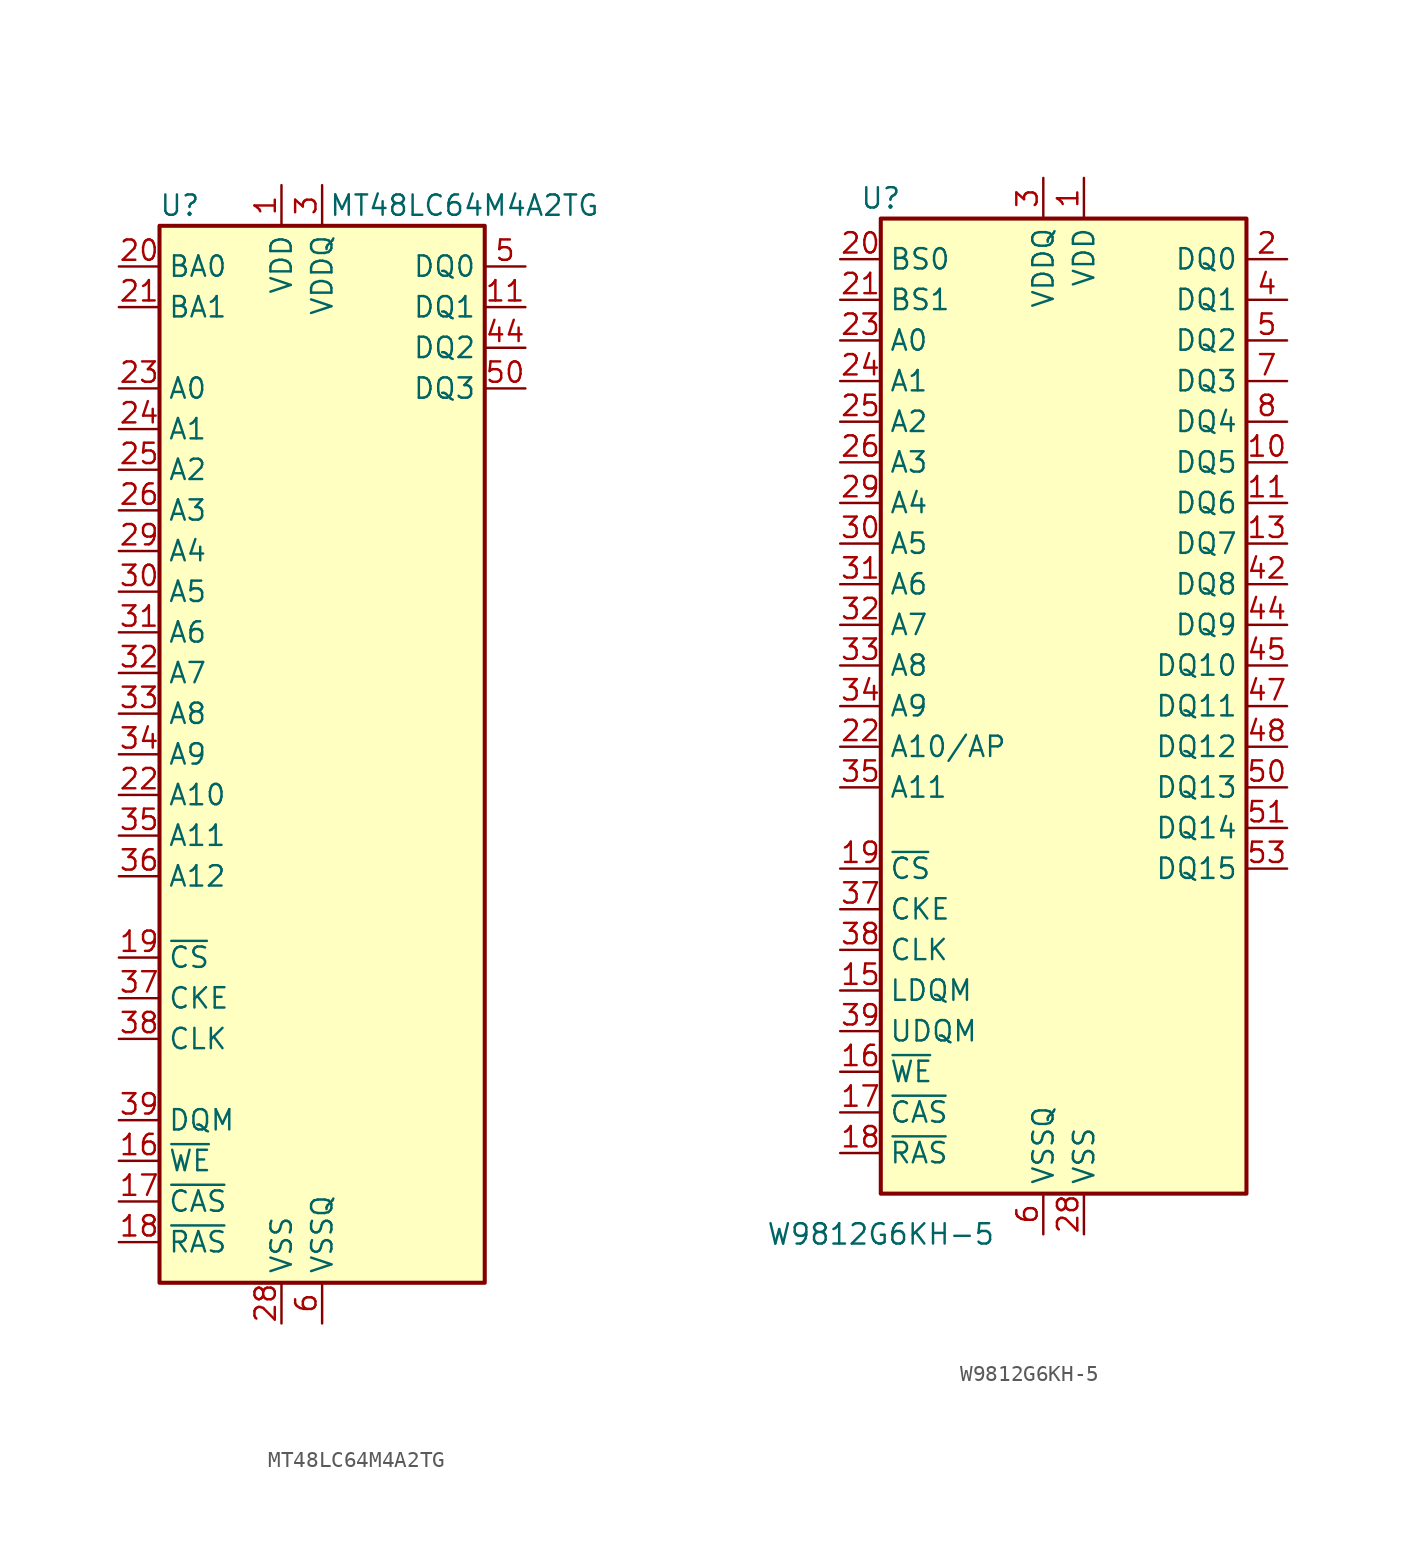
<source format=kicad_sym>
(kicad_symbol_lib
  (version 20201005)
  (generator kicad_symbol_editor)
  (symbol "Memory_RAM:MT48LC64M4A2TG"
    (property "Reference" "U"
      (at -8.89 34.29 0)
      (effects (font (size 1.27 1.27))))
    (property "Value" "MT48LC64M4A2TG"
      (at 8.89 34.29 0)
      (effects (font (size 1.27 1.27))))
    (symbol "MT48LC64M4A2TG_0_1"
      (rectangle (start -10.16 33.02) (end 10.16 -33.02) (stroke (width 0.254)) (fill (type background))))
    (symbol "MT48LC64M4A2TG_1_1"
      (pin power_in line (at -2.54 35.56 270) (length 2.54) (name "VDD" (effects (font (size 1.27 1.27)))) (number "1" (effects (font (size 1.27 1.27)))))
      (pin no_connect line (at 10.16 2.54 180) (length 2.54) hide (name "NC" (effects (font (size 1.27 1.27)))) (number "10" (effects (font (size 1.27 1.27)))))
      (pin bidirectional line (at 12.7 27.94 180) (length 2.54) (name "DQ1" (effects (font (size 1.27 1.27)))) (number "11" (effects (font (size 1.27 1.27)))))
      (pin passive line (at 0 -35.56 90) (length 2.54) hide (name "VSSQ" (effects (font (size 1.27 1.27)))) (number "12" (effects (font (size 1.27 1.27)))))
      (pin no_connect line (at 10.16 7.62 180) (length 2.54) hide (name "NC" (effects (font (size 1.27 1.27)))) (number "13" (effects (font (size 1.27 1.27)))))
      (pin passive line (at -2.54 35.56 270) (length 2.54) hide (name "VDD" (effects (font (size 1.27 1.27)))) (number "14" (effects (font (size 1.27 1.27)))))
      (pin no_connect line (at -10.16 -20.32 0) (length 2.54) hide (name "NC" (effects (font (size 1.27 1.27)))) (number "15" (effects (font (size 1.27 1.27)))))
      (pin input line (at -12.7 -25.4 0) (length 2.54) (name "~WE~" (effects (font (size 1.27 1.27)))) (number "16" (effects (font (size 1.27 1.27)))))
      (pin input line (at -12.7 -27.94 0) (length 2.54) (name "~CAS~" (effects (font (size 1.27 1.27)))) (number "17" (effects (font (size 1.27 1.27)))))
      (pin input line (at -12.7 -30.48 0) (length 2.54) (name "~RAS~" (effects (font (size 1.27 1.27)))) (number "18" (effects (font (size 1.27 1.27)))))
      (pin input line (at -12.7 -12.7 0) (length 2.54) (name "~CS~" (effects (font (size 1.27 1.27)))) (number "19" (effects (font (size 1.27 1.27)))))
      (pin no_connect line (at 10.16 12.7 180) (length 2.54) hide (name "NC" (effects (font (size 1.27 1.27)))) (number "2" (effects (font (size 1.27 1.27)))))
      (pin input line (at -12.7 30.48 0) (length 2.54) (name "BA0" (effects (font (size 1.27 1.27)))) (number "20" (effects (font (size 1.27 1.27)))))
      (pin input line (at -12.7 27.94 0) (length 2.54) (name "BA1" (effects (font (size 1.27 1.27)))) (number "21" (effects (font (size 1.27 1.27)))))
      (pin input line (at -12.7 -2.54 0) (length 2.54) (name "A10" (effects (font (size 1.27 1.27)))) (number "22" (effects (font (size 1.27 1.27)))))
      (pin input line (at -12.7 22.86 0) (length 2.54) (name "A0" (effects (font (size 1.27 1.27)))) (number "23" (effects (font (size 1.27 1.27)))))
      (pin input line (at -12.7 20.32 0) (length 2.54) (name "A1" (effects (font (size 1.27 1.27)))) (number "24" (effects (font (size 1.27 1.27)))))
      (pin input line (at -12.7 17.78 0) (length 2.54) (name "A2" (effects (font (size 1.27 1.27)))) (number "25" (effects (font (size 1.27 1.27)))))
      (pin input line (at -12.7 15.24 0) (length 2.54) (name "A3" (effects (font (size 1.27 1.27)))) (number "26" (effects (font (size 1.27 1.27)))))
      (pin passive line (at -2.54 35.56 270) (length 2.54) hide (name "VDD" (effects (font (size 1.27 1.27)))) (number "27" (effects (font (size 1.27 1.27)))))
      (pin power_in line (at -2.54 -35.56 90) (length 2.54) (name "VSS" (effects (font (size 1.27 1.27)))) (number "28" (effects (font (size 1.27 1.27)))))
      (pin input line (at -12.7 12.7 0) (length 2.54) (name "A4" (effects (font (size 1.27 1.27)))) (number "29" (effects (font (size 1.27 1.27)))))
      (pin power_in line (at 0 35.56 270) (length 2.54) (name "VDDQ" (effects (font (size 1.27 1.27)))) (number "3" (effects (font (size 1.27 1.27)))))
      (pin input line (at -12.7 10.16 0) (length 2.54) (name "A5" (effects (font (size 1.27 1.27)))) (number "30" (effects (font (size 1.27 1.27)))))
      (pin input line (at -12.7 7.62 0) (length 2.54) (name "A6" (effects (font (size 1.27 1.27)))) (number "31" (effects (font (size 1.27 1.27)))))
      (pin input line (at -12.7 5.08 0) (length 2.54) (name "A7" (effects (font (size 1.27 1.27)))) (number "32" (effects (font (size 1.27 1.27)))))
      (pin input line (at -12.7 2.54 0) (length 2.54) (name "A8" (effects (font (size 1.27 1.27)))) (number "33" (effects (font (size 1.27 1.27)))))
      (pin input line (at -12.7 0 0) (length 2.54) (name "A9" (effects (font (size 1.27 1.27)))) (number "34" (effects (font (size 1.27 1.27)))))
      (pin input line (at -12.7 -5.08 0) (length 2.54) (name "A11" (effects (font (size 1.27 1.27)))) (number "35" (effects (font (size 1.27 1.27)))))
      (pin input line (at -12.7 -7.62 0) (length 2.54) (name "A12" (effects (font (size 1.27 1.27)))) (number "36" (effects (font (size 1.27 1.27)))))
      (pin input line (at -12.7 -15.24 0) (length 2.54) (name "CKE" (effects (font (size 1.27 1.27)))) (number "37" (effects (font (size 1.27 1.27)))))
      (pin input line (at -12.7 -17.78 0) (length 2.54) (name "CLK" (effects (font (size 1.27 1.27)))) (number "38" (effects (font (size 1.27 1.27)))))
      (pin input line (at -12.7 -22.86 0) (length 2.54) (name "DQM" (effects (font (size 1.27 1.27)))) (number "39" (effects (font (size 1.27 1.27)))))
      (pin no_connect line (at 10.16 -7.62 180) (length 2.54) hide (name "NC" (effects (font (size 1.27 1.27)))) (number "4" (effects (font (size 1.27 1.27)))))
      (pin no_connect line (at 10.16 -20.32 180) (length 2.54) hide (name "NC" (effects (font (size 1.27 1.27)))) (number "40" (effects (font (size 1.27 1.27)))))
      (pin passive line (at -2.54 -35.56 90) (length 2.54) hide (name "VSS" (effects (font (size 1.27 1.27)))) (number "41" (effects (font (size 1.27 1.27)))))
      (pin no_connect line (at 10.16 10.16 180) (length 2.54) hide (name "NC" (effects (font (size 1.27 1.27)))) (number "42" (effects (font (size 1.27 1.27)))))
      (pin passive line (at 0 35.56 270) (length 2.54) hide (name "VDDQ" (effects (font (size 1.27 1.27)))) (number "43" (effects (font (size 1.27 1.27)))))
      (pin bidirectional line (at 12.7 25.4 180) (length 2.54) (name "DQ2" (effects (font (size 1.27 1.27)))) (number "44" (effects (font (size 1.27 1.27)))))
      (pin no_connect line (at 10.16 5.08 180) (length 2.54) hide (name "NC" (effects (font (size 1.27 1.27)))) (number "45" (effects (font (size 1.27 1.27)))))
      (pin passive line (at 0 -35.56 90) (length 2.54) hide (name "VSSQ" (effects (font (size 1.27 1.27)))) (number "46" (effects (font (size 1.27 1.27)))))
      (pin no_connect line (at 10.16 17.78 180) (length 2.54) hide (name "NC" (effects (font (size 1.27 1.27)))) (number "47" (effects (font (size 1.27 1.27)))))
      (pin no_connect line (at 10.16 0 180) (length 2.54) hide (name "NC" (effects (font (size 1.27 1.27)))) (number "48" (effects (font (size 1.27 1.27)))))
      (pin passive line (at 0 35.56 270) (length 2.54) hide (name "VDDQ" (effects (font (size 1.27 1.27)))) (number "49" (effects (font (size 1.27 1.27)))))
      (pin bidirectional line (at 12.7 30.48 180) (length 2.54) (name "DQ0" (effects (font (size 1.27 1.27)))) (number "5" (effects (font (size 1.27 1.27)))))
      (pin bidirectional line (at 12.7 22.86 180) (length 2.54) (name "DQ3" (effects (font (size 1.27 1.27)))) (number "50" (effects (font (size 1.27 1.27)))))
      (pin no_connect line (at 10.16 -5.08 180) (length 2.54) hide (name "NC" (effects (font (size 1.27 1.27)))) (number "51" (effects (font (size 1.27 1.27)))))
      (pin passive line (at 0 -35.56 90) (length 2.54) hide (name "VSSQ" (effects (font (size 1.27 1.27)))) (number "52" (effects (font (size 1.27 1.27)))))
      (pin no_connect line (at 10.16 20.32 180) (length 2.54) hide (name "NC" (effects (font (size 1.27 1.27)))) (number "53" (effects (font (size 1.27 1.27)))))
      (pin passive line (at -2.54 -35.56 90) (length 2.54) hide (name "VSS" (effects (font (size 1.27 1.27)))) (number "54" (effects (font (size 1.27 1.27)))))
      (pin power_in line (at 0 -35.56 90) (length 2.54) (name "VSSQ" (effects (font (size 1.27 1.27)))) (number "6" (effects (font (size 1.27 1.27)))))
      (pin no_connect line (at 10.16 -2.54 180) (length 2.54) hide (name "NC" (effects (font (size 1.27 1.27)))) (number "7" (effects (font (size 1.27 1.27)))))
      (pin no_connect line (at 10.16 15.24 180) (length 2.54) hide (name "NC" (effects (font (size 1.27 1.27)))) (number "8" (effects (font (size 1.27 1.27)))))
      (pin passive line (at 0 35.56 270) (length 2.54) hide (name "VDDQ" (effects (font (size 1.27 1.27)))) (number "9" (effects (font (size 1.27 1.27)))))))
  (symbol "Memory_RAM:W9812G6KH-5"
    (property "Reference" "U"
      (at -10.16 31.75 0)
      (effects (font (size 1.27 1.27))))
    (property "Value" "W9812G6KH-5"
      (at -10.16 -33.02 0)
      (effects (font (size 1.27 1.27))))
    (symbol "W9812G6KH-5_1_1"
      (rectangle (start -10.16 30.48) (end 12.7 -30.48) (stroke (width 0.254)) (fill (type background)))
      (pin power_in line (at 2.54 33.02 270) (length 2.54) (name "VDD" (effects (font (size 1.27 1.27)))) (number "1" (effects (font (size 1.27 1.27)))))
      (pin bidirectional line (at 15.24 15.24 180) (length 2.54) (name "DQ5" (effects (font (size 1.27 1.27)))) (number "10" (effects (font (size 1.27 1.27)))))
      (pin bidirectional line (at 15.24 12.7 180) (length 2.54) (name "DQ6" (effects (font (size 1.27 1.27)))) (number "11" (effects (font (size 1.27 1.27)))))
      (pin passive line (at 0 -33.02 90) (length 2.54) hide (name "VSSQ" (effects (font (size 1.27 1.27)))) (number "12" (effects (font (size 1.27 1.27)))))
      (pin bidirectional line (at 15.24 10.16 180) (length 2.54) (name "DQ7" (effects (font (size 1.27 1.27)))) (number "13" (effects (font (size 1.27 1.27)))))
      (pin passive line (at 2.54 33.02 270) (length 2.54) hide (name "VDD" (effects (font (size 1.27 1.27)))) (number "14" (effects (font (size 1.27 1.27)))))
      (pin input line (at -12.7 -17.78 0) (length 2.54) (name "LDQM" (effects (font (size 1.27 1.27)))) (number "15" (effects (font (size 1.27 1.27)))))
      (pin input line (at -12.7 -22.86 0) (length 2.54) (name "~WE" (effects (font (size 1.27 1.27)))) (number "16" (effects (font (size 1.27 1.27)))))
      (pin input line (at -12.7 -25.4 0) (length 2.54) (name "~CAS" (effects (font (size 1.27 1.27)))) (number "17" (effects (font (size 1.27 1.27)))))
      (pin input line (at -12.7 -27.94 0) (length 2.54) (name "~RAS" (effects (font (size 1.27 1.27)))) (number "18" (effects (font (size 1.27 1.27)))))
      (pin input line (at -12.7 -10.16 0) (length 2.54) (name "~CS" (effects (font (size 1.27 1.27)))) (number "19" (effects (font (size 1.27 1.27)))))
      (pin bidirectional line (at 15.24 27.94 180) (length 2.54) (name "DQ0" (effects (font (size 1.27 1.27)))) (number "2" (effects (font (size 1.27 1.27)))))
      (pin input line (at -12.7 27.94 0) (length 2.54) (name "BS0" (effects (font (size 1.27 1.27)))) (number "20" (effects (font (size 1.27 1.27)))))
      (pin input line (at -12.7 25.4 0) (length 2.54) (name "BS1" (effects (font (size 1.27 1.27)))) (number "21" (effects (font (size 1.27 1.27)))))
      (pin input line (at -12.7 -2.54 0) (length 2.54) (name "A10/AP" (effects (font (size 1.27 1.27)))) (number "22" (effects (font (size 1.27 1.27)))))
      (pin input line (at -12.7 22.86 0) (length 2.54) (name "A0" (effects (font (size 1.27 1.27)))) (number "23" (effects (font (size 1.27 1.27)))))
      (pin input line (at -12.7 20.32 0) (length 2.54) (name "A1" (effects (font (size 1.27 1.27)))) (number "24" (effects (font (size 1.27 1.27)))))
      (pin input line (at -12.7 17.78 0) (length 2.54) (name "A2" (effects (font (size 1.27 1.27)))) (number "25" (effects (font (size 1.27 1.27)))))
      (pin input line (at -12.7 15.24 0) (length 2.54) (name "A3" (effects (font (size 1.27 1.27)))) (number "26" (effects (font (size 1.27 1.27)))))
      (pin passive line (at 2.54 33.02 270) (length 2.54) hide (name "VDD" (effects (font (size 1.27 1.27)))) (number "27" (effects (font (size 1.27 1.27)))))
      (pin power_in line (at 2.54 -33.02 90) (length 2.54) (name "VSS" (effects (font (size 1.27 1.27)))) (number "28" (effects (font (size 1.27 1.27)))))
      (pin input line (at -12.7 12.7 0) (length 2.54) (name "A4" (effects (font (size 1.27 1.27)))) (number "29" (effects (font (size 1.27 1.27)))))
      (pin power_in line (at 0 33.02 270) (length 2.54) (name "VDDQ" (effects (font (size 1.27 1.27)))) (number "3" (effects (font (size 1.27 1.27)))))
      (pin input line (at -12.7 10.16 0) (length 2.54) (name "A5" (effects (font (size 1.27 1.27)))) (number "30" (effects (font (size 1.27 1.27)))))
      (pin input line (at -12.7 7.62 0) (length 2.54) (name "A6" (effects (font (size 1.27 1.27)))) (number "31" (effects (font (size 1.27 1.27)))))
      (pin input line (at -12.7 5.08 0) (length 2.54) (name "A7" (effects (font (size 1.27 1.27)))) (number "32" (effects (font (size 1.27 1.27)))))
      (pin input line (at -12.7 2.54 0) (length 2.54) (name "A8" (effects (font (size 1.27 1.27)))) (number "33" (effects (font (size 1.27 1.27)))))
      (pin input line (at -12.7 0 0) (length 2.54) (name "A9" (effects (font (size 1.27 1.27)))) (number "34" (effects (font (size 1.27 1.27)))))
      (pin input line (at -12.7 -5.08 0) (length 2.54) (name "A11" (effects (font (size 1.27 1.27)))) (number "35" (effects (font (size 1.27 1.27)))))
      (pin no_connect line (at 12.7 -15.24 180) (length 2.54) hide (name "NC" (effects (font (size 1.27 1.27)))) (number "36" (effects (font (size 1.27 1.27)))))
      (pin input line (at -12.7 -12.7 0) (length 2.54) (name "CKE" (effects (font (size 1.27 1.27)))) (number "37" (effects (font (size 1.27 1.27)))))
      (pin input line (at -12.7 -15.24 0) (length 2.54) (name "CLK" (effects (font (size 1.27 1.27)))) (number "38" (effects (font (size 1.27 1.27)))))
      (pin input line (at -12.7 -20.32 0) (length 2.54) (name "UDQM" (effects (font (size 1.27 1.27)))) (number "39" (effects (font (size 1.27 1.27)))))
      (pin bidirectional line (at 15.24 25.4 180) (length 2.54) (name "DQ1" (effects (font (size 1.27 1.27)))) (number "4" (effects (font (size 1.27 1.27)))))
      (pin no_connect line (at 12.7 -17.78 180) (length 2.54) hide (name "NC" (effects (font (size 1.27 1.27)))) (number "40" (effects (font (size 1.27 1.27)))))
      (pin passive line (at 2.54 -33.02 90) (length 2.54) hide (name "VSS" (effects (font (size 1.27 1.27)))) (number "41" (effects (font (size 1.27 1.27)))))
      (pin bidirectional line (at 15.24 7.62 180) (length 2.54) (name "DQ8" (effects (font (size 1.27 1.27)))) (number "42" (effects (font (size 1.27 1.27)))))
      (pin passive line (at 0 33.02 270) (length 2.54) hide (name "VDDQ" (effects (font (size 1.27 1.27)))) (number "43" (effects (font (size 1.27 1.27)))))
      (pin bidirectional line (at 15.24 5.08 180) (length 2.54) (name "DQ9" (effects (font (size 1.27 1.27)))) (number "44" (effects (font (size 1.27 1.27)))))
      (pin bidirectional line (at 15.24 2.54 180) (length 2.54) (name "DQ10" (effects (font (size 1.27 1.27)))) (number "45" (effects (font (size 1.27 1.27)))))
      (pin passive line (at 0 -33.02 90) (length 2.54) hide (name "VSSQ" (effects (font (size 1.27 1.27)))) (number "46" (effects (font (size 1.27 1.27)))))
      (pin bidirectional line (at 15.24 0 180) (length 2.54) (name "DQ11" (effects (font (size 1.27 1.27)))) (number "47" (effects (font (size 1.27 1.27)))))
      (pin bidirectional line (at 15.24 -2.54 180) (length 2.54) (name "DQ12" (effects (font (size 1.27 1.27)))) (number "48" (effects (font (size 1.27 1.27)))))
      (pin passive line (at 0 33.02 270) (length 2.54) hide (name "VDDQ" (effects (font (size 1.27 1.27)))) (number "49" (effects (font (size 1.27 1.27)))))
      (pin bidirectional line (at 15.24 22.86 180) (length 2.54) (name "DQ2" (effects (font (size 1.27 1.27)))) (number "5" (effects (font (size 1.27 1.27)))))
      (pin bidirectional line (at 15.24 -5.08 180) (length 2.54) (name "DQ13" (effects (font (size 1.27 1.27)))) (number "50" (effects (font (size 1.27 1.27)))))
      (pin bidirectional line (at 15.24 -7.62 180) (length 2.54) (name "DQ14" (effects (font (size 1.27 1.27)))) (number "51" (effects (font (size 1.27 1.27)))))
      (pin passive line (at 0 -33.02 90) (length 2.54) hide (name "VSSQ" (effects (font (size 1.27 1.27)))) (number "52" (effects (font (size 1.27 1.27)))))
      (pin bidirectional line (at 15.24 -10.16 180) (length 2.54) (name "DQ15" (effects (font (size 1.27 1.27)))) (number "53" (effects (font (size 1.27 1.27)))))
      (pin passive line (at 2.54 -33.02 90) (length 2.54) hide (name "VSS" (effects (font (size 1.27 1.27)))) (number "54" (effects (font (size 1.27 1.27)))))
      (pin power_in line (at 0 -33.02 90) (length 2.54) (name "VSSQ" (effects (font (size 1.27 1.27)))) (number "6" (effects (font (size 1.27 1.27)))))
      (pin bidirectional line (at 15.24 20.32 180) (length 2.54) (name "DQ3" (effects (font (size 1.27 1.27)))) (number "7" (effects (font (size 1.27 1.27)))))
      (pin bidirectional line (at 15.24 17.78 180) (length 2.54) (name "DQ4" (effects (font (size 1.27 1.27)))) (number "8" (effects (font (size 1.27 1.27)))))
      (pin passive line (at 0 33.02 270) (length 2.54) hide (name "VDDQ" (effects (font (size 1.27 1.27)))) (number "9" (effects (font (size 1.27 1.27))))))))
</source>
